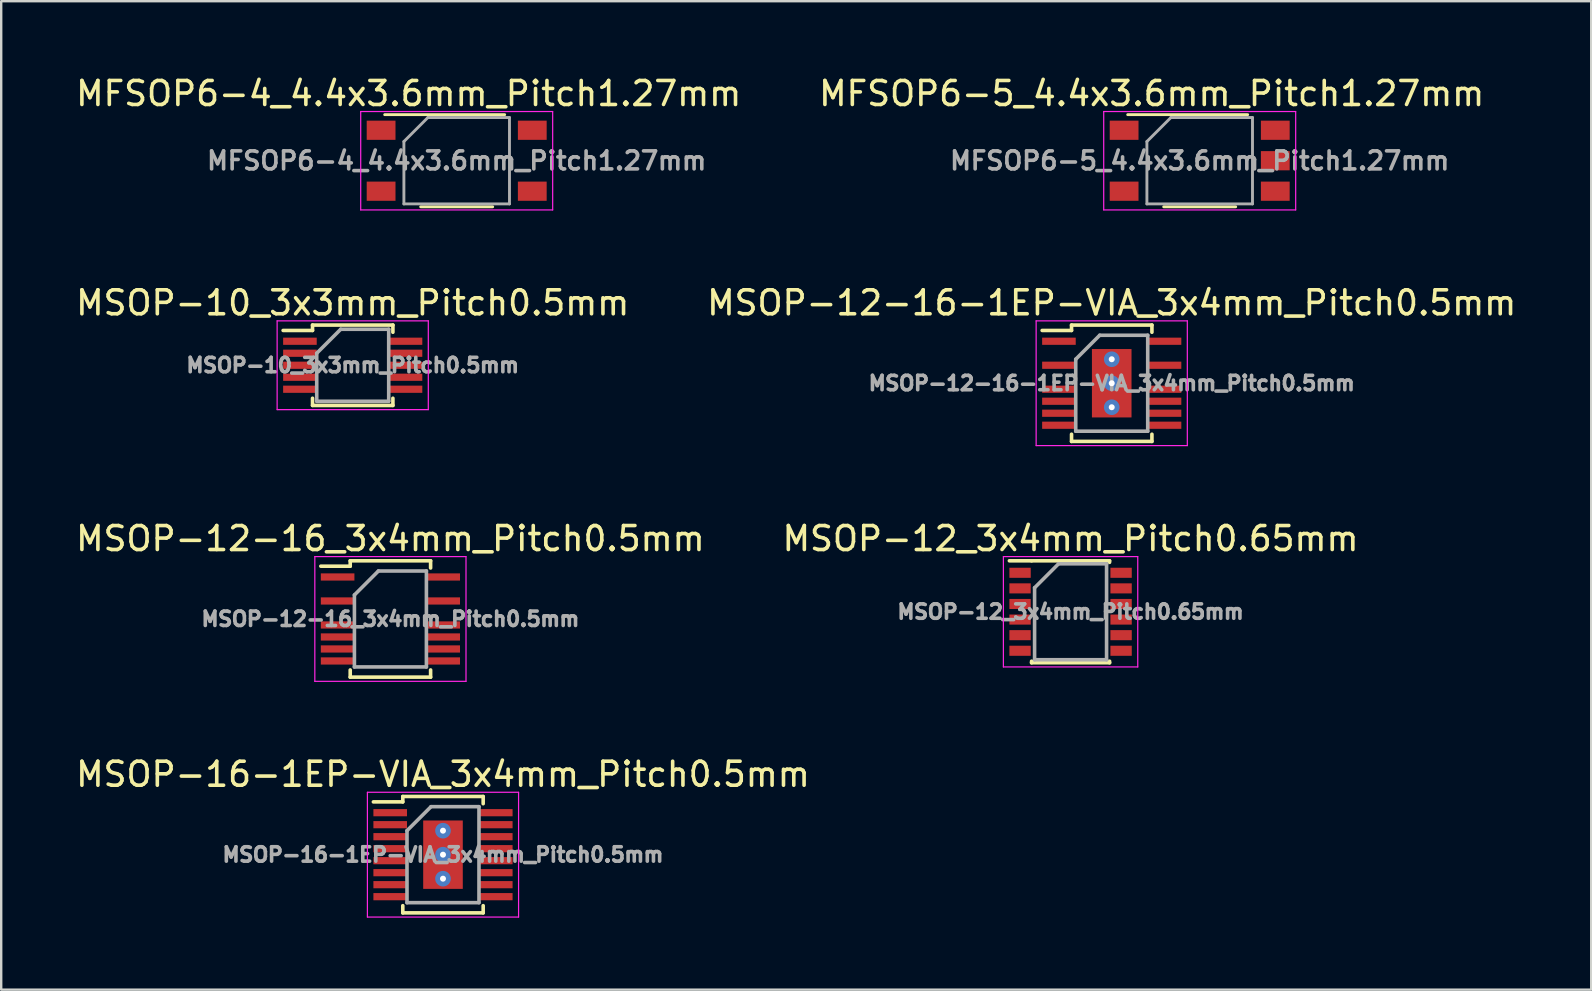
<source format=kicad_pcb>
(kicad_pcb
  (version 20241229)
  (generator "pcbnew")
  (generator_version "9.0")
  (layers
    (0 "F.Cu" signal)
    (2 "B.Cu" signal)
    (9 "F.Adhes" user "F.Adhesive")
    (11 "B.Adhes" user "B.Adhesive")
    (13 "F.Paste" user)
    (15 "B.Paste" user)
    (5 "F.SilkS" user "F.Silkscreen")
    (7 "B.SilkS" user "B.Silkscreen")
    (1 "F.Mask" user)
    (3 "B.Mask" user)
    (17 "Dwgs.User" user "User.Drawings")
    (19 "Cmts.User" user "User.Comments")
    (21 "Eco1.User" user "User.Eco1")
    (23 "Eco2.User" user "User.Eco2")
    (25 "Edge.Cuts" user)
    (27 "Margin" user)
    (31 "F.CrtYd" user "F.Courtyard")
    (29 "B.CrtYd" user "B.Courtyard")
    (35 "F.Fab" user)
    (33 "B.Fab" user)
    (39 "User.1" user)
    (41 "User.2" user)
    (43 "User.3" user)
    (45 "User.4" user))
  (footprint "MFSOP6-4_4.4x3.6mm_Pitch1.27mm"
    (layer "F.Cu")
    (at 15.982 3.648)
    (property "Reference" "MFSOP6-4_4.4x3.6mm_Pitch1.27mm" (at -2 -2.8 0) (layer "F.SilkS") (effects (font (size 1 1) (thickness 0.15))))
    (attr smd)
    (fp_line (start -3 -1.92) (end 2 -1.92) (stroke (width 0.12) (type solid)) (layer "F.SilkS"))
    (fp_line (start 1.5 1.92) (end -1.5 1.92) (stroke (width 0.12) (type solid)) (layer "F.SilkS"))
    (fp_line (start -4 -2.05) (end -4 2.05) (stroke (width 0.05) (type solid)) (layer "F.CrtYd"))
    (fp_line (start -4 -2.05) (end 4 -2.05) (stroke (width 0.05) (type solid)) (layer "F.CrtYd"))
    (fp_line (start 4 2.05) (end -4 2.05) (stroke (width 0.05) (type solid)) (layer "F.CrtYd"))
    (fp_line (start 4 2.05) (end 4 -2.05) (stroke (width 0.05) (type solid)) (layer "F.CrtYd"))
    (fp_line (start -2.2 -0.8) (end -2.2 1.8) (stroke (width 0.12) (type solid)) (layer "F.Fab"))
    (fp_line (start -2.2 1.8) (end 2.2 1.8) (stroke (width 0.12) (type solid)) (layer "F.Fab"))
    (fp_line (start -1.2 -1.8) (end -2.2 -0.8) (stroke (width 0.12) (type solid)) (layer "F.Fab"))
    (fp_line (start 2.2 -1.8) (end -1.2 -1.8) (stroke (width 0.12) (type solid)) (layer "F.Fab"))
    (fp_line (start 2.2 1.8) (end 2.2 -1.8) (stroke (width 0.12) (type solid)) (layer "F.Fab"))
    (fp_text user "${REFERENCE}" (at 0 0 0) (layer "F.Fab") (effects (font (size 0.75 0.75) (thickness 0.15))))
    (pad "1" smd rect (at -3.15 -1.27) (size 1.2 0.8) (layers "F.Cu" "F.Mask" "F.Paste"))
    (pad "3" smd rect (at -3.15 1.27) (size 1.2 0.8) (layers "F.Cu" "F.Mask" "F.Paste"))
    (pad "4" smd rect (at 3.15 1.27) (size 1.2 0.8) (layers "F.Cu" "F.Mask" "F.Paste"))
    (pad "6" smd rect (at 3.15 -1.27) (size 1.2 0.8) (layers "F.Cu" "F.Mask" "F.Paste")))
  (footprint "MFSOP6-5_4.4x3.6mm_Pitch1.27mm"
    (layer "F.Cu")
    (at 46.946 3.648)
    (property "Reference" "MFSOP6-5_4.4x3.6mm_Pitch1.27mm" (at -2 -2.8 0) (layer "F.SilkS") (effects (font (size 1 1) (thickness 0.15))))
    (attr smd)
    (fp_line (start -3 -1.92) (end 2 -1.92) (stroke (width 0.12) (type solid)) (layer "F.SilkS"))
    (fp_line (start 1.5 1.92) (end -1.5 1.92) (stroke (width 0.12) (type solid)) (layer "F.SilkS"))
    (fp_line (start -4 -2.05) (end -4 2.05) (stroke (width 0.05) (type solid)) (layer "F.CrtYd"))
    (fp_line (start -4 -2.05) (end 4 -2.05) (stroke (width 0.05) (type solid)) (layer "F.CrtYd"))
    (fp_line (start 4 2.05) (end -4 2.05) (stroke (width 0.05) (type solid)) (layer "F.CrtYd"))
    (fp_line (start 4 2.05) (end 4 -2.05) (stroke (width 0.05) (type solid)) (layer "F.CrtYd"))
    (fp_line (start -2.2 -0.8) (end -2.2 1.8) (stroke (width 0.12) (type solid)) (layer "F.Fab"))
    (fp_line (start -2.2 1.8) (end 2.2 1.8) (stroke (width 0.12) (type solid)) (layer "F.Fab"))
    (fp_line (start -1.2 -1.8) (end -2.2 -0.8) (stroke (width 0.12) (type solid)) (layer "F.Fab"))
    (fp_line (start 2.2 -1.8) (end -1.2 -1.8) (stroke (width 0.12) (type solid)) (layer "F.Fab"))
    (fp_line (start 2.2 1.8) (end 2.2 -1.8) (stroke (width 0.12) (type solid)) (layer "F.Fab"))
    (fp_text user "${REFERENCE}" (at 0 0 0) (layer "F.Fab") (effects (font (size 0.75 0.75) (thickness 0.15))))
    (pad "1" smd rect (at -3.15 -1.27) (size 1.2 0.8) (layers "F.Cu" "F.Mask" "F.Paste"))
    (pad "3" smd rect (at -3.15 1.27) (size 1.2 0.8) (layers "F.Cu" "F.Mask" "F.Paste"))
    (pad "4" smd rect (at 3.15 1.27) (size 1.2 0.8) (layers "F.Cu" "F.Mask" "F.Paste"))
    (pad "5" smd rect (at 3.15 0) (size 1.2 0.8) (layers "F.Cu" "F.Mask" "F.Paste"))
    (pad "6" smd rect (at 3.15 -1.27) (size 1.2 0.8) (layers "F.Cu" "F.Mask" "F.Paste")))
  (footprint "MSOP-12-16-1EP-VIA_3x4mm_Pitch0.5mm"
    (layer "F.Cu")
    (at 43.28 12.921)
    (property "Reference" "MSOP-12-16-1EP-VIA_3x4mm_Pitch0.5mm" (at 0 -3.35 0) (layer "F.SilkS") (effects (font (size 1 1) (thickness 0.15))))
    (attr smd)
    (fp_line (start -1.675 -2.425) (end -1.675 -2.2) (stroke (width 0.15) (type solid)) (layer "F.SilkS"))
    (fp_line (start -1.675 -2.425) (end 1.675 -2.425) (stroke (width 0.15) (type solid)) (layer "F.SilkS"))
    (fp_line (start -1.675 -2.2) (end -2.9 -2.2) (stroke (width 0.15) (type solid)) (layer "F.SilkS"))
    (fp_line (start -1.675 2.425) (end -1.675 2.125) (stroke (width 0.15) (type solid)) (layer "F.SilkS"))
    (fp_line (start -1.675 2.425) (end 1.675 2.425) (stroke (width 0.15) (type solid)) (layer "F.SilkS"))
    (fp_line (start 1.675 -2.425) (end 1.675 -2.125) (stroke (width 0.15) (type solid)) (layer "F.SilkS"))
    (fp_line (start 1.675 2.425) (end 1.675 2.125) (stroke (width 0.15) (type solid)) (layer "F.SilkS"))
    (fp_line (start -3.15 -2.6) (end -3.15 2.6) (stroke (width 0.05) (type solid)) (layer "F.CrtYd"))
    (fp_line (start -3.15 -2.6) (end 3.15 -2.6) (stroke (width 0.05) (type solid)) (layer "F.CrtYd"))
    (fp_line (start -3.15 2.6) (end 3.15 2.6) (stroke (width 0.05) (type solid)) (layer "F.CrtYd"))
    (fp_line (start 3.15 -2.6) (end 3.15 2.6) (stroke (width 0.05) (type solid)) (layer "F.CrtYd"))
    (fp_line (start -1.5 -1) (end -0.5 -2) (stroke (width 0.15) (type solid)) (layer "F.Fab"))
    (fp_line (start -1.5 2) (end -1.5 -1) (stroke (width 0.15) (type solid)) (layer "F.Fab"))
    (fp_line (start -0.5 -2) (end 1.5 -2) (stroke (width 0.15) (type solid)) (layer "F.Fab"))
    (fp_line (start 1.5 -2) (end 1.5 2) (stroke (width 0.15) (type solid)) (layer "F.Fab"))
    (fp_line (start 1.5 2) (end -1.5 2) (stroke (width 0.15) (type solid)) (layer "F.Fab"))
    (fp_text user "${REFERENCE}" (at 0 0 0) (layer "F.Fab") (effects (font (size 0.6 0.6) (thickness 0.15))))
    (pad "1" smd rect (at -2.2 -1.75) (size 1.4 0.3) (layers "F.Cu" "F.Mask" "F.Paste"))
    (pad "3" smd rect (at -2.2 -0.75) (size 1.4 0.3) (layers "F.Cu" "F.Mask" "F.Paste"))
    (pad "5" smd rect (at -2.2 0.25) (size 1.4 0.3) (layers "F.Cu" "F.Mask" "F.Paste"))
    (pad "6" smd rect (at -2.2 0.75) (size 1.4 0.3) (layers "F.Cu" "F.Mask" "F.Paste"))
    (pad "7" smd rect (at -2.2 1.25) (size 1.4 0.3) (layers "F.Cu" "F.Mask" "F.Paste"))
    (pad "8" smd rect (at -2.2 1.75) (size 1.4 0.3) (layers "F.Cu" "F.Mask" "F.Paste"))
    (pad "9" smd rect (at 2.2 1.75) (size 1.4 0.3) (layers "F.Cu" "F.Mask" "F.Paste"))
    (pad "10" smd rect (at 2.2 1.25) (size 1.4 0.3) (layers "F.Cu" "F.Mask" "F.Paste"))
    (pad "11" smd rect (at 2.2 0.75) (size 1.4 0.3) (layers "F.Cu" "F.Mask" "F.Paste"))
    (pad "12" smd rect (at 2.2 0.25) (size 1.4 0.3) (layers "F.Cu" "F.Mask" "F.Paste"))
    (pad "14" smd rect (at 2.2 -0.75) (size 1.4 0.3) (layers "F.Cu" "F.Mask" "F.Paste"))
    (pad "16" smd rect (at 2.2 -1.75) (size 1.4 0.3) (layers "F.Cu" "F.Mask" "F.Paste"))
    (pad "17" thru_hole circle (at 0 -1) (size 0.65 0.65) (drill 0.25) (layers "*.Cu" "*.Paste" "*.Mask"))
    (pad "17" thru_hole circle (at 0 0) (size 0.65 0.65) (drill 0.25) (layers "*.Cu" "*.Paste" "*.Mask"))
    (pad "17" smd rect (at 0 0) (size 1.65 2.85) (layers "F.Cu" "F.Mask" "F.Paste"))
    (pad "17" thru_hole circle (at 0 1) (size 0.65 0.65) (drill 0.25) (layers "*.Cu" "*.Paste" "*.Mask")))
  (footprint "MSOP-12_3x4mm_Pitch0.65mm"
    (layer "F.Cu")
    (at 41.565 22.445)
    (property "Reference" "MSOP-12_3x4mm_Pitch0.65mm" (at 0 -3.05 0) (layer "F.SilkS") (effects (font (size 1 1) (thickness 0.15))))
    (attr smd)
    (fp_line (start -1.625 -2.125) (end -2.55 -2.125) (stroke (width 0.15) (type solid)) (layer "F.SilkS"))
    (fp_line (start -1.625 -2.125) (end 1.625 -2.125) (stroke (width 0.15) (type solid)) (layer "F.SilkS"))
    (fp_line (start -1.625 2.125) (end -1.625 2.06) (stroke (width 0.15) (type solid)) (layer "F.SilkS"))
    (fp_line (start -1.625 2.125) (end 1.625 2.125) (stroke (width 0.15) (type solid)) (layer "F.SilkS"))
    (fp_line (start 1.625 -2.125) (end 1.625 -2.06) (stroke (width 0.15) (type solid)) (layer "F.SilkS"))
    (fp_line (start 1.625 2.125) (end 1.625 2.06) (stroke (width 0.15) (type solid)) (layer "F.SilkS"))
    (fp_line (start -2.8 -2.3) (end -2.8 2.3) (stroke (width 0.05) (type solid)) (layer "F.CrtYd"))
    (fp_line (start -2.8 -2.3) (end 2.8 -2.3) (stroke (width 0.05) (type solid)) (layer "F.CrtYd"))
    (fp_line (start -2.8 2.3) (end 2.8 2.3) (stroke (width 0.05) (type solid)) (layer "F.CrtYd"))
    (fp_line (start 2.8 -2.3) (end 2.8 2.3) (stroke (width 0.05) (type solid)) (layer "F.CrtYd"))
    (fp_line (start -1.5 -1) (end -0.5 -2) (stroke (width 0.15) (type solid)) (layer "F.Fab"))
    (fp_line (start -1.5 2) (end -1.5 -1) (stroke (width 0.15) (type solid)) (layer "F.Fab"))
    (fp_line (start -0.5 -2) (end 1.5 -2) (stroke (width 0.15) (type solid)) (layer "F.Fab"))
    (fp_line (start 1.5 -2) (end 1.5 2) (stroke (width 0.15) (type solid)) (layer "F.Fab"))
    (fp_line (start 1.5 2) (end -1.5 2) (stroke (width 0.15) (type solid)) (layer "F.Fab"))
    (fp_text user "${REFERENCE}" (at 0 0 0) (layer "F.Fab") (effects (font (size 0.6 0.6) (thickness 0.15))))
    (pad "1" smd rect (at -2.105 -1.625) (size 0.89 0.42) (layers "F.Cu" "F.Mask" "F.Paste"))
    (pad "2" smd rect (at -2.105 -0.975) (size 0.89 0.42) (layers "F.Cu" "F.Mask" "F.Paste"))
    (pad "3" smd rect (at -2.105 -0.325) (size 0.89 0.42) (layers "F.Cu" "F.Mask" "F.Paste"))
    (pad "4" smd rect (at -2.105 0.325) (size 0.89 0.42) (layers "F.Cu" "F.Mask" "F.Paste"))
    (pad "5" smd rect (at -2.105 0.975) (size 0.89 0.42) (layers "F.Cu" "F.Mask" "F.Paste"))
    (pad "6" smd rect (at -2.105 1.625) (size 0.89 0.42) (layers "F.Cu" "F.Mask" "F.Paste"))
    (pad "7" smd rect (at 2.105 1.625) (size 0.89 0.42) (layers "F.Cu" "F.Mask" "F.Paste"))
    (pad "8" smd rect (at 2.105 0.975) (size 0.89 0.42) (layers "F.Cu" "F.Mask" "F.Paste"))
    (pad "9" smd rect (at 2.105 0.325) (size 0.89 0.42) (layers "F.Cu" "F.Mask" "F.Paste"))
    (pad "10" smd rect (at 2.105 -0.325) (size 0.89 0.42) (layers "F.Cu" "F.Mask" "F.Paste"))
    (pad "11" smd rect (at 2.105 -0.975) (size 0.89 0.42) (layers "F.Cu" "F.Mask" "F.Paste"))
    (pad "12" smd rect (at 2.105 -1.625) (size 0.89 0.42) (layers "F.Cu" "F.Mask" "F.Paste")))
  (footprint "MSOP-12-16_3x4mm_Pitch0.5mm"
    (layer "F.Cu")
    (at 13.22 22.745)
    (property "Reference" "MSOP-12-16_3x4mm_Pitch0.5mm" (at 0 -3.35 0) (layer "F.SilkS") (effects (font (size 1 1) (thickness 0.15))))
    (attr smd)
    (fp_line (start -1.675 -2.425) (end -1.675 -2.2) (stroke (width 0.15) (type solid)) (layer "F.SilkS"))
    (fp_line (start -1.675 -2.425) (end 1.675 -2.425) (stroke (width 0.15) (type solid)) (layer "F.SilkS"))
    (fp_line (start -1.675 -2.2) (end -2.9 -2.2) (stroke (width 0.15) (type solid)) (layer "F.SilkS"))
    (fp_line (start -1.675 2.425) (end -1.675 2.125) (stroke (width 0.15) (type solid)) (layer "F.SilkS"))
    (fp_line (start -1.675 2.425) (end 1.675 2.425) (stroke (width 0.15) (type solid)) (layer "F.SilkS"))
    (fp_line (start 1.675 -2.425) (end 1.675 -2.125) (stroke (width 0.15) (type solid)) (layer "F.SilkS"))
    (fp_line (start 1.675 2.425) (end 1.675 2.125) (stroke (width 0.15) (type solid)) (layer "F.SilkS"))
    (fp_line (start -3.15 -2.6) (end -3.15 2.6) (stroke (width 0.05) (type solid)) (layer "F.CrtYd"))
    (fp_line (start -3.15 -2.6) (end 3.15 -2.6) (stroke (width 0.05) (type solid)) (layer "F.CrtYd"))
    (fp_line (start -3.15 2.6) (end 3.15 2.6) (stroke (width 0.05) (type solid)) (layer "F.CrtYd"))
    (fp_line (start 3.15 -2.6) (end 3.15 2.6) (stroke (width 0.05) (type solid)) (layer "F.CrtYd"))
    (fp_line (start -1.5 -1) (end -0.5 -2) (stroke (width 0.15) (type solid)) (layer "F.Fab"))
    (fp_line (start -1.5 2) (end -1.5 -1) (stroke (width 0.15) (type solid)) (layer "F.Fab"))
    (fp_line (start -0.5 -2) (end 1.5 -2) (stroke (width 0.15) (type solid)) (layer "F.Fab"))
    (fp_line (start 1.5 -2) (end 1.5 2) (stroke (width 0.15) (type solid)) (layer "F.Fab"))
    (fp_line (start 1.5 2) (end -1.5 2) (stroke (width 0.15) (type solid)) (layer "F.Fab"))
    (fp_text user "${REFERENCE}" (at 0 0 0) (layer "F.Fab") (effects (font (size 0.6 0.6) (thickness 0.15))))
    (pad "1" smd rect (at -2.2 -1.75) (size 1.4 0.3) (layers "F.Cu" "F.Mask" "F.Paste"))
    (pad "3" smd rect (at -2.2 -0.75) (size 1.4 0.3) (layers "F.Cu" "F.Mask" "F.Paste"))
    (pad "5" smd rect (at -2.2 0.25) (size 1.4 0.3) (layers "F.Cu" "F.Mask" "F.Paste"))
    (pad "6" smd rect (at -2.2 0.75) (size 1.4 0.3) (layers "F.Cu" "F.Mask" "F.Paste"))
    (pad "7" smd rect (at -2.2 1.25) (size 1.4 0.3) (layers "F.Cu" "F.Mask" "F.Paste"))
    (pad "8" smd rect (at -2.2 1.75) (size 1.4 0.3) (layers "F.Cu" "F.Mask" "F.Paste"))
    (pad "9" smd rect (at 2.2 1.75) (size 1.4 0.3) (layers "F.Cu" "F.Mask" "F.Paste"))
    (pad "10" smd rect (at 2.2 1.25) (size 1.4 0.3) (layers "F.Cu" "F.Mask" "F.Paste"))
    (pad "11" smd rect (at 2.2 0.75) (size 1.4 0.3) (layers "F.Cu" "F.Mask" "F.Paste"))
    (pad "12" smd rect (at 2.2 0.25) (size 1.4 0.3) (layers "F.Cu" "F.Mask" "F.Paste"))
    (pad "14" smd rect (at 2.2 -0.75) (size 1.4 0.3) (layers "F.Cu" "F.Mask" "F.Paste"))
    (pad "16" smd rect (at 2.2 -1.75) (size 1.4 0.3) (layers "F.Cu" "F.Mask" "F.Paste")))
  (footprint "MSOP-16-1EP-VIA_3x4mm_Pitch0.5mm"
    (layer "F.Cu")
    (at 15.411 32.568)
    (property "Reference" "MSOP-16-1EP-VIA_3x4mm_Pitch0.5mm" (at 0 -3.35 0) (layer "F.SilkS") (effects (font (size 1 1) (thickness 0.15))))
    (attr smd)
    (fp_line (start -1.675 -2.425) (end -1.675 -2.2) (stroke (width 0.15) (type solid)) (layer "F.SilkS"))
    (fp_line (start -1.675 -2.425) (end 1.675 -2.425) (stroke (width 0.15) (type solid)) (layer "F.SilkS"))
    (fp_line (start -1.675 -2.2) (end -2.9 -2.2) (stroke (width 0.15) (type solid)) (layer "F.SilkS"))
    (fp_line (start -1.675 2.425) (end -1.675 2.125) (stroke (width 0.15) (type solid)) (layer "F.SilkS"))
    (fp_line (start -1.675 2.425) (end 1.675 2.425) (stroke (width 0.15) (type solid)) (layer "F.SilkS"))
    (fp_line (start 1.675 -2.425) (end 1.675 -2.125) (stroke (width 0.15) (type solid)) (layer "F.SilkS"))
    (fp_line (start 1.675 2.425) (end 1.675 2.125) (stroke (width 0.15) (type solid)) (layer "F.SilkS"))
    (fp_line (start -3.15 -2.6) (end -3.15 2.6) (stroke (width 0.05) (type solid)) (layer "F.CrtYd"))
    (fp_line (start -3.15 -2.6) (end 3.15 -2.6) (stroke (width 0.05) (type solid)) (layer "F.CrtYd"))
    (fp_line (start -3.15 2.6) (end 3.15 2.6) (stroke (width 0.05) (type solid)) (layer "F.CrtYd"))
    (fp_line (start 3.15 -2.6) (end 3.15 2.6) (stroke (width 0.05) (type solid)) (layer "F.CrtYd"))
    (fp_line (start -1.5 -1) (end -0.5 -2) (stroke (width 0.15) (type solid)) (layer "F.Fab"))
    (fp_line (start -1.5 2) (end -1.5 -1) (stroke (width 0.15) (type solid)) (layer "F.Fab"))
    (fp_line (start -0.5 -2) (end 1.5 -2) (stroke (width 0.15) (type solid)) (layer "F.Fab"))
    (fp_line (start 1.5 -2) (end 1.5 2) (stroke (width 0.15) (type solid)) (layer "F.Fab"))
    (fp_line (start 1.5 2) (end -1.5 2) (stroke (width 0.15) (type solid)) (layer "F.Fab"))
    (fp_text user "${REFERENCE}" (at 0 0 0) (layer "F.Fab") (effects (font (size 0.6 0.6) (thickness 0.15))))
    (pad "1" smd rect (at -2.2 -1.75) (size 1.4 0.3) (layers "F.Cu" "F.Mask" "F.Paste"))
    (pad "2" smd rect (at -2.2 -1.25) (size 1.4 0.3) (layers "F.Cu" "F.Mask" "F.Paste"))
    (pad "3" smd rect (at -2.2 -0.75) (size 1.4 0.3) (layers "F.Cu" "F.Mask" "F.Paste"))
    (pad "4" smd rect (at -2.2 -0.25) (size 1.4 0.3) (layers "F.Cu" "F.Mask" "F.Paste"))
    (pad "5" smd rect (at -2.2 0.25) (size 1.4 0.3) (layers "F.Cu" "F.Mask" "F.Paste"))
    (pad "6" smd rect (at -2.2 0.75) (size 1.4 0.3) (layers "F.Cu" "F.Mask" "F.Paste"))
    (pad "7" smd rect (at -2.2 1.25) (size 1.4 0.3) (layers "F.Cu" "F.Mask" "F.Paste"))
    (pad "8" smd rect (at -2.2 1.75) (size 1.4 0.3) (layers "F.Cu" "F.Mask" "F.Paste"))
    (pad "9" smd rect (at 2.2 1.75) (size 1.4 0.3) (layers "F.Cu" "F.Mask" "F.Paste"))
    (pad "10" smd rect (at 2.2 1.25) (size 1.4 0.3) (layers "F.Cu" "F.Mask" "F.Paste"))
    (pad "11" smd rect (at 2.2 0.75) (size 1.4 0.3) (layers "F.Cu" "F.Mask" "F.Paste"))
    (pad "12" smd rect (at 2.2 0.25) (size 1.4 0.3) (layers "F.Cu" "F.Mask" "F.Paste"))
    (pad "13" smd rect (at 2.2 -0.25) (size 1.4 0.3) (layers "F.Cu" "F.Mask" "F.Paste"))
    (pad "14" smd rect (at 2.2 -0.75) (size 1.4 0.3) (layers "F.Cu" "F.Mask" "F.Paste"))
    (pad "15" smd rect (at 2.2 -1.25) (size 1.4 0.3) (layers "F.Cu" "F.Mask" "F.Paste"))
    (pad "16" smd rect (at 2.2 -1.75) (size 1.4 0.3) (layers "F.Cu" "F.Mask" "F.Paste"))
    (pad "17" thru_hole circle (at 0 -1) (size 0.65 0.65) (drill 0.25) (layers "*.Cu" "*.Paste" "*.Mask"))
    (pad "17" thru_hole circle (at 0 0) (size 0.65 0.65) (drill 0.25) (layers "*.Cu" "*.Paste" "*.Mask"))
    (pad "17" smd rect (at 0 0) (size 1.65 2.85) (layers "F.Cu" "F.Mask" "F.Paste"))
    (pad "17" thru_hole circle (at 0 1) (size 0.65 0.65) (drill 0.25) (layers "*.Cu" "*.Paste" "*.Mask")))
  (footprint "MSOP-10_3x3mm_Pitch0.5mm"
    (layer "F.Cu")
    (at 11.649 12.171)
    (property "Reference" "MSOP-10_3x3mm_Pitch0.5mm" (at 0 -2.6 0) (layer "F.SilkS") (effects (font (size 1 1) (thickness 0.15))))
    (attr smd)
    (fp_line (start -1.675 -1.675) (end -1.675 -1.45) (stroke (width 0.15) (type solid)) (layer "F.SilkS"))
    (fp_line (start -1.675 -1.675) (end 1.675 -1.675) (stroke (width 0.15) (type solid)) (layer "F.SilkS"))
    (fp_line (start -1.675 -1.45) (end -2.9 -1.45) (stroke (width 0.15) (type solid)) (layer "F.SilkS"))
    (fp_line (start -1.675 1.675) (end -1.675 1.375) (stroke (width 0.15) (type solid)) (layer "F.SilkS"))
    (fp_line (start -1.675 1.675) (end 1.675 1.675) (stroke (width 0.15) (type solid)) (layer "F.SilkS"))
    (fp_line (start 1.675 -1.675) (end 1.675 -1.375) (stroke (width 0.15) (type solid)) (layer "F.SilkS"))
    (fp_line (start 1.675 1.675) (end 1.675 1.375) (stroke (width 0.15) (type solid)) (layer "F.SilkS"))
    (fp_line (start -3.15 -1.85) (end -3.15 1.85) (stroke (width 0.05) (type solid)) (layer "F.CrtYd"))
    (fp_line (start -3.15 -1.85) (end 3.15 -1.85) (stroke (width 0.05) (type solid)) (layer "F.CrtYd"))
    (fp_line (start -3.15 1.85) (end 3.15 1.85) (stroke (width 0.05) (type solid)) (layer "F.CrtYd"))
    (fp_line (start 3.15 -1.85) (end 3.15 1.85) (stroke (width 0.05) (type solid)) (layer "F.CrtYd"))
    (fp_line (start -1.5 -0.5) (end -0.5 -1.5) (stroke (width 0.15) (type solid)) (layer "F.Fab"))
    (fp_line (start -1.5 1.5) (end -1.5 -0.5) (stroke (width 0.15) (type solid)) (layer "F.Fab"))
    (fp_line (start -0.5 -1.5) (end 1.5 -1.5) (stroke (width 0.15) (type solid)) (layer "F.Fab"))
    (fp_line (start 1.5 -1.5) (end 1.5 1.5) (stroke (width 0.15) (type solid)) (layer "F.Fab"))
    (fp_line (start 1.5 1.5) (end -1.5 1.5) (stroke (width 0.15) (type solid)) (layer "F.Fab"))
    (fp_text user "${REFERENCE}" (at 0 0 0) (layer "F.Fab") (effects (font (size 0.6 0.6) (thickness 0.15))))
    (pad "1" smd rect (at -2.2 -1) (size 1.4 0.3) (layers "F.Cu" "F.Mask" "F.Paste"))
    (pad "2" smd rect (at -2.2 -0.5) (size 1.4 0.3) (layers "F.Cu" "F.Mask" "F.Paste"))
    (pad "3" smd rect (at -2.2 0) (size 1.4 0.3) (layers "F.Cu" "F.Mask" "F.Paste"))
    (pad "4" smd rect (at -2.2 0.5) (size 1.4 0.3) (layers "F.Cu" "F.Mask" "F.Paste"))
    (pad "5" smd rect (at -2.2 1) (size 1.4 0.3) (layers "F.Cu" "F.Mask" "F.Paste"))
    (pad "6" smd rect (at 2.2 1) (size 1.4 0.3) (layers "F.Cu" "F.Mask" "F.Paste"))
    (pad "7" smd rect (at 2.2 0.5) (size 1.4 0.3) (layers "F.Cu" "F.Mask" "F.Paste"))
    (pad "8" smd rect (at 2.2 0) (size 1.4 0.3) (layers "F.Cu" "F.Mask" "F.Paste"))
    (pad "9" smd rect (at 2.2 -0.5) (size 1.4 0.3) (layers "F.Cu" "F.Mask" "F.Paste"))
    (pad "10" smd rect (at 2.2 -1) (size 1.4 0.3) (layers "F.Cu" "F.Mask" "F.Paste")))
  (gr_rect
    (start -3 -3)
    (end 63.262 38.193)
    (stroke (width 0.1) (type default))
    (fill no)
    (layer "Edge.Cuts")))
</source>
